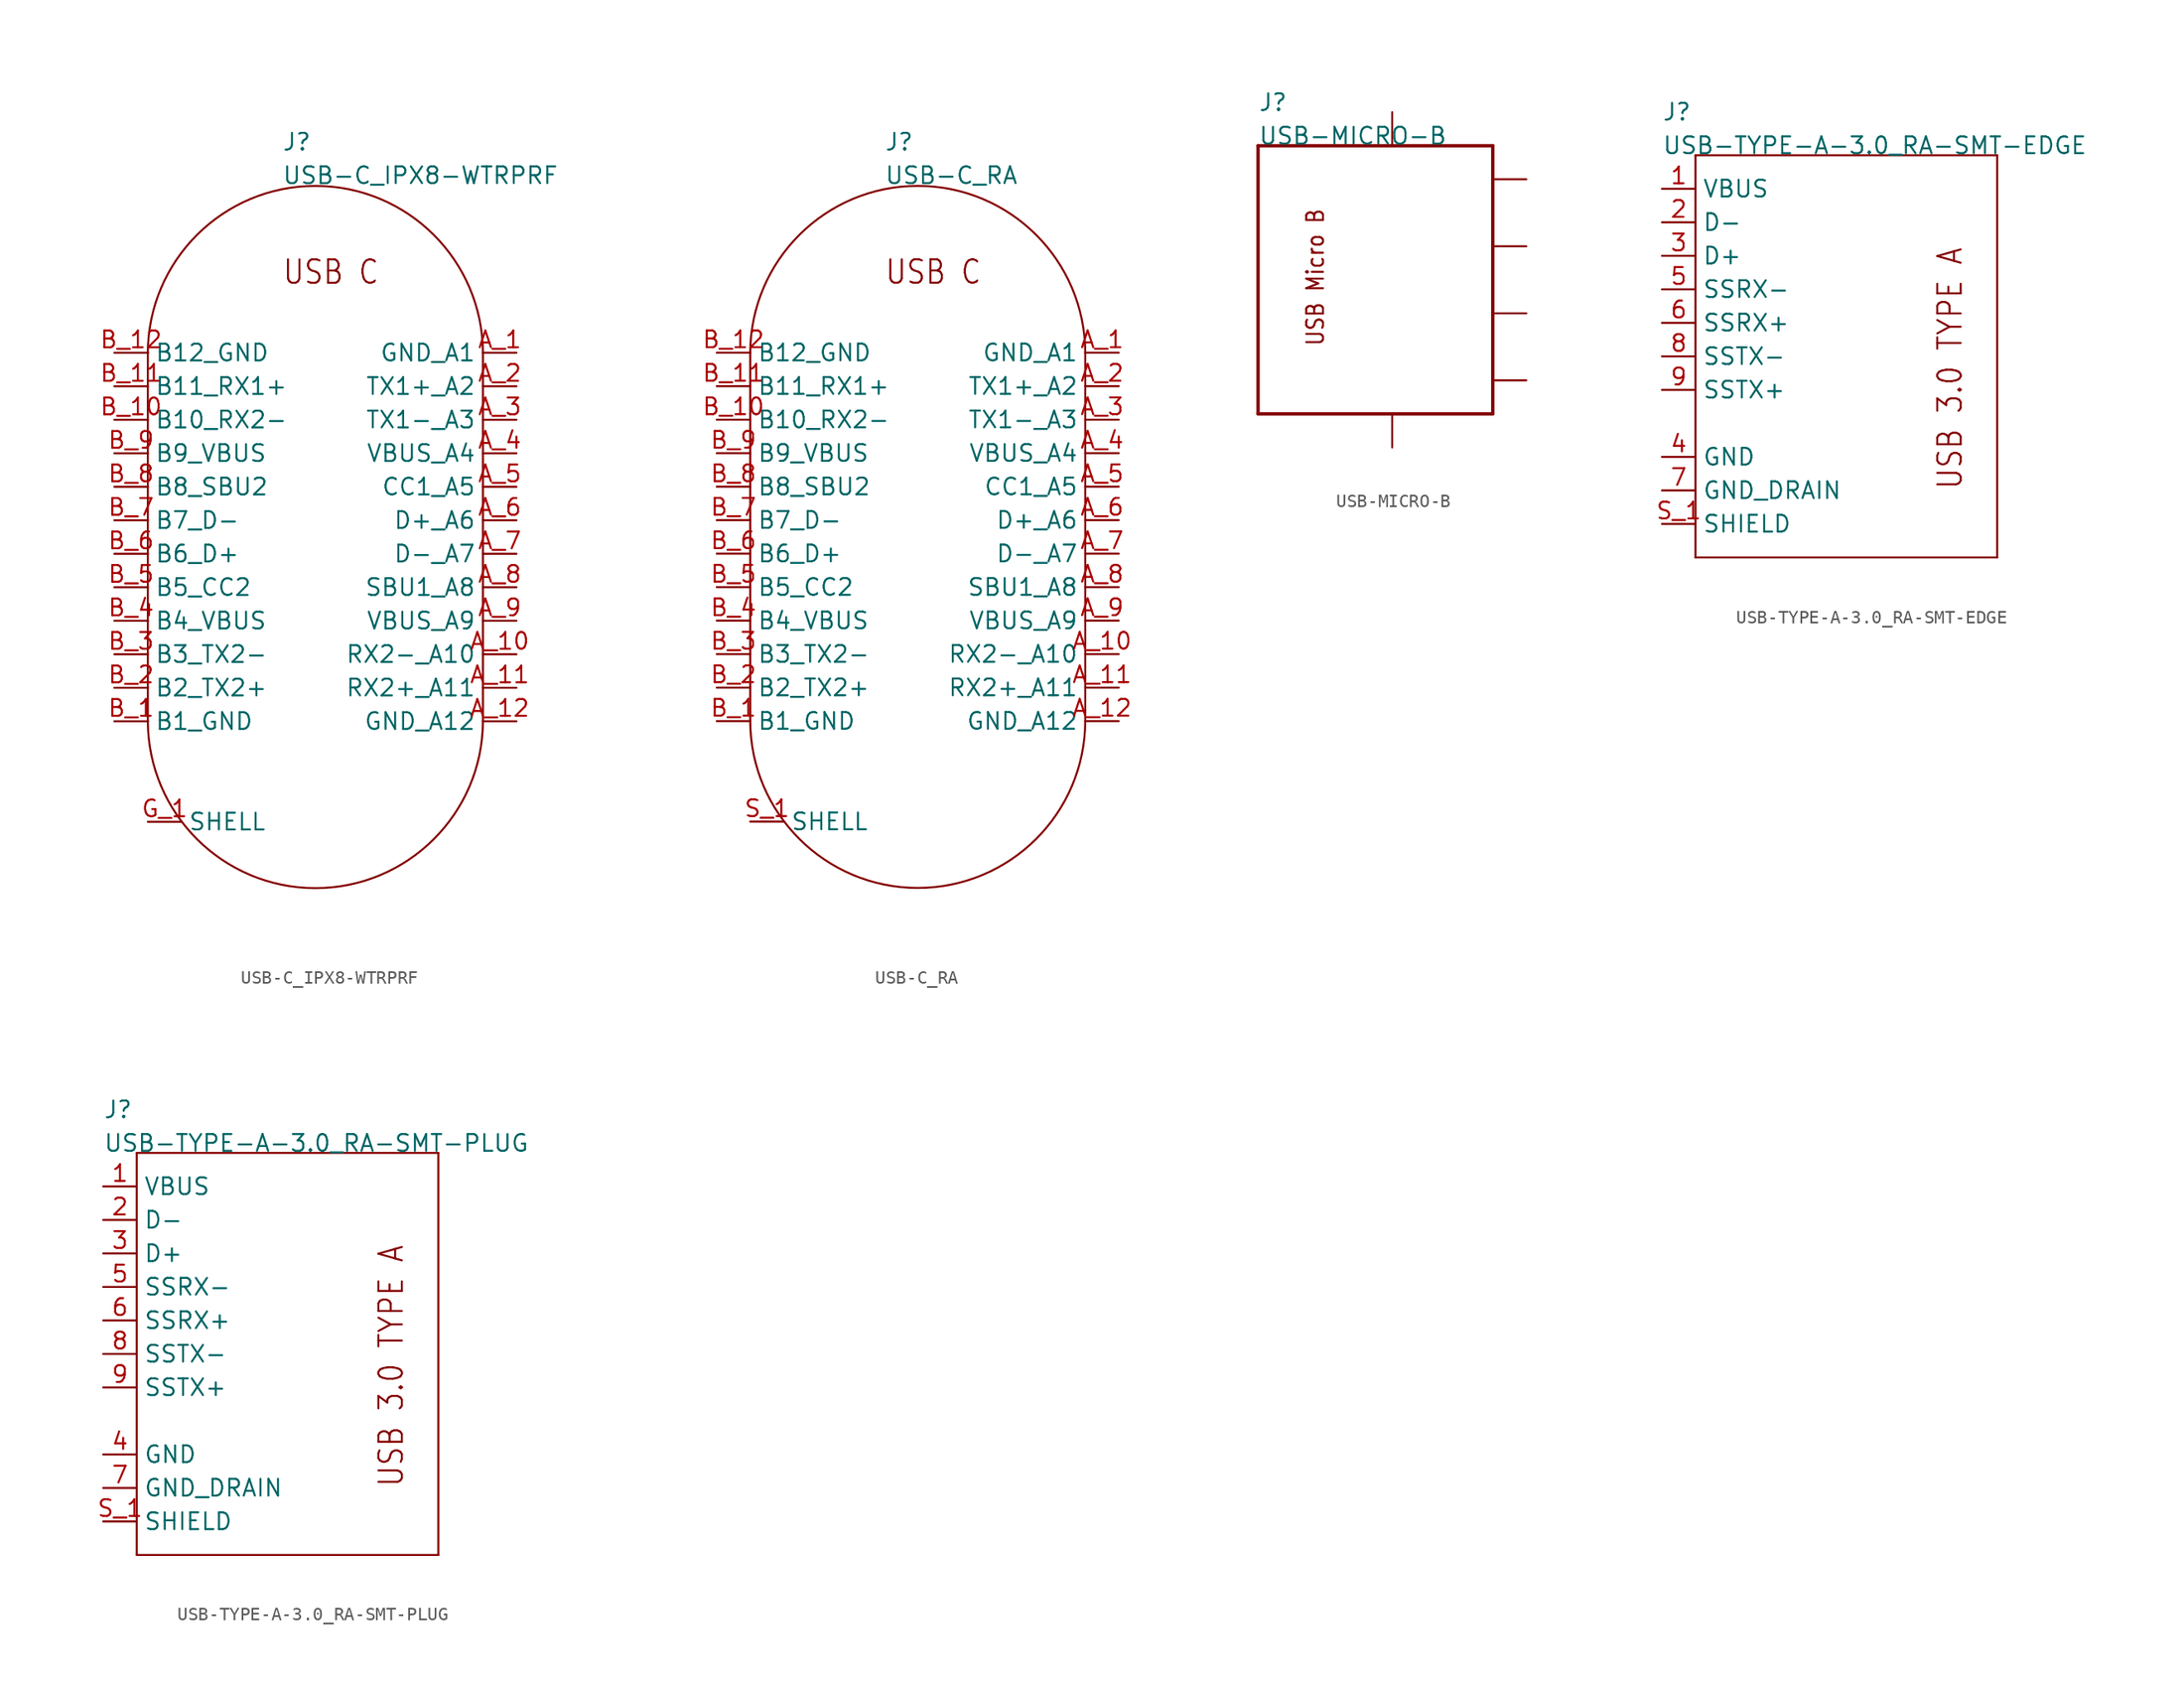
<source format=kicad_sym>
(kicad_symbol_lib
  (version 20211014)
  (generator kicad_symbol_editor)
  (symbol "USB-C_IPX8-WTRPRF"
    (pin_names)
    (property "Reference" "J"
      (at -2.54 27.94 0)
      (effects (font (size 1.27 1.27)) (justify left bottom)))
    (property "Value" "USB-C_IPX8-WTRPRF"
      (at -2.54 25.4 0)
      (effects (font (size 1.27 1.27)) (justify left bottom)))
    (property "Datasheet" ""
      (at 0 0 0))
    (property "ki_fp_filters" "FlashPCB_Connectors:USB-C_RA_TE_2305018-2"
      (at 0 0 0))
    (symbol "USB-C_IPX8-WTRPRF_1_1"
      (text "USB C" (at -2.54 17.78 0) (effects (font (size 1.778 1.52)) (justify left bottom)))
      (polyline (pts (xy -12.7 12.7) (xy -12.7 -15.24)) (stroke (width 0.152)) (fill (type none)))
      (arc (start -12.7 -15.24) (mid 0 -27.939999999999998) (end 12.7 -15.24) (stroke (width 0.1524) (type default)) (fill (type none)))
      (polyline (pts (xy 12.7 -15.24) (xy 12.7 12.7)) (stroke (width 0.152)) (fill (type none)))
      (arc (start 12.7 12.7) (mid 0 25.4) (end -12.7 12.7) (stroke (width 0.1524) (type default)) (fill (type none)))
      (pin bidirectional line (at 15.24 12.7 180) (length 2.54) (name "GND_A1" (effects (font (size 1.27 1.27)))) (number "A_1" (effects (font (size 1.27 1.27)))))
      (pin bidirectional line (at 15.24 10.16 180) (length 2.54) (name "TX1+_A2" (effects (font (size 1.27 1.27)))) (number "A_2" (effects (font (size 1.27 1.27)))))
      (pin bidirectional line (at 15.24 7.62 180) (length 2.54) (name "TX1-_A3" (effects (font (size 1.27 1.27)))) (number "A_3" (effects (font (size 1.27 1.27)))))
      (pin bidirectional line (at 15.24 5.08 180) (length 2.54) (name "VBUS_A4" (effects (font (size 1.27 1.27)))) (number "A_4" (effects (font (size 1.27 1.27)))))
      (pin bidirectional line (at 15.24 2.54 180) (length 2.54) (name "CC1_A5" (effects (font (size 1.27 1.27)))) (number "A_5" (effects (font (size 1.27 1.27)))))
      (pin bidirectional line (at 15.24 0 180) (length 2.54) (name "D+_A6" (effects (font (size 1.27 1.27)))) (number "A_6" (effects (font (size 1.27 1.27)))))
      (pin bidirectional line (at 15.24 -2.54 180) (length 2.54) (name "D-_A7" (effects (font (size 1.27 1.27)))) (number "A_7" (effects (font (size 1.27 1.27)))))
      (pin bidirectional line (at 15.24 -5.08 180) (length 2.54) (name "SBU1_A8" (effects (font (size 1.27 1.27)))) (number "A_8" (effects (font (size 1.27 1.27)))))
      (pin bidirectional line (at 15.24 -7.62 180) (length 2.54) (name "VBUS_A9" (effects (font (size 1.27 1.27)))) (number "A_9" (effects (font (size 1.27 1.27)))))
      (pin bidirectional line (at 15.24 -10.16 180) (length 2.54) (name "RX2-_A10" (effects (font (size 1.27 1.27)))) (number "A_10" (effects (font (size 1.27 1.27)))))
      (pin bidirectional line (at 15.24 -12.7 180) (length 2.54) (name "RX2+_A11" (effects (font (size 1.27 1.27)))) (number "A_11" (effects (font (size 1.27 1.27)))))
      (pin bidirectional line (at 15.24 -15.24 180) (length 2.54) (name "GND_A12" (effects (font (size 1.27 1.27)))) (number "A_12" (effects (font (size 1.27 1.27)))))
      (pin bidirectional line (at -15.24 -15.24 0) (length 2.54) (name "B1_GND" (effects (font (size 1.27 1.27)))) (number "B_1" (effects (font (size 1.27 1.27)))))
      (pin bidirectional line (at -15.24 -12.7 0) (length 2.54) (name "B2_TX2+" (effects (font (size 1.27 1.27)))) (number "B_2" (effects (font (size 1.27 1.27)))))
      (pin bidirectional line (at -15.24 -10.16 0) (length 2.54) (name "B3_TX2-" (effects (font (size 1.27 1.27)))) (number "B_3" (effects (font (size 1.27 1.27)))))
      (pin bidirectional line (at -15.24 -7.62 0) (length 2.54) (name "B4_VBUS" (effects (font (size 1.27 1.27)))) (number "B_4" (effects (font (size 1.27 1.27)))))
      (pin bidirectional line (at -15.24 -5.08 0) (length 2.54) (name "B5_CC2" (effects (font (size 1.27 1.27)))) (number "B_5" (effects (font (size 1.27 1.27)))))
      (pin bidirectional line (at -15.24 -2.54 0) (length 2.54) (name "B6_D+" (effects (font (size 1.27 1.27)))) (number "B_6" (effects (font (size 1.27 1.27)))))
      (pin bidirectional line (at -15.24 0 0) (length 2.54) (name "B7_D-" (effects (font (size 1.27 1.27)))) (number "B_7" (effects (font (size 1.27 1.27)))))
      (pin bidirectional line (at -15.24 2.54 0) (length 2.54) (name "B8_SBU2" (effects (font (size 1.27 1.27)))) (number "B_8" (effects (font (size 1.27 1.27)))))
      (pin bidirectional line (at -15.24 5.08 0) (length 2.54) (name "B9_VBUS" (effects (font (size 1.27 1.27)))) (number "B_9" (effects (font (size 1.27 1.27)))))
      (pin bidirectional line (at -15.24 7.62 0) (length 2.54) (name "B10_RX2-" (effects (font (size 1.27 1.27)))) (number "B_10" (effects (font (size 1.27 1.27)))))
      (pin bidirectional line (at -15.24 10.16 0) (length 2.54) (name "B11_RX1+" (effects (font (size 1.27 1.27)))) (number "B_11" (effects (font (size 1.27 1.27)))))
      (pin bidirectional line (at -15.24 12.7 0) (length 2.54) (name "B12_GND" (effects (font (size 1.27 1.27)))) (number "B_12" (effects (font (size 1.27 1.27)))))
      (pin bidirectional line (at -12.7 -22.86 0) (length 2.54) (name "SHELL" (effects (font (size 1.27 1.27)))) (number "G_1" (effects (font (size 1.27 1.27)))))
      (pin bidirectional line (at -12.7 -22.86 0) (length 2.54) hide (name "SHELL" (effects (font (size 1.27 1.27)))) (number "G_2" (effects (font (size 1.27 1.27)))))))
  (symbol "USB-C_RA"
    (pin_names)
    (property "Reference" "J"
      (at -2.54 27.94 0)
      (effects (font (size 1.27 1.27)) (justify left bottom)))
    (property "Value" "USB-C_RA"
      (at -2.54 25.4 0)
      (effects (font (size 1.27 1.27)) (justify left bottom)))
    (property "Datasheet" ""
      (at 0 0 0))
    (property "ki_fp_filters" "FlashPCB_Connectors:USB-C_3.2_RA_AMP_12401610E4#2A"
      (at 0 0 0))
    (symbol "USB-C_RA_1_1"
      (text "USB C" (at -2.54 17.78 0) (effects (font (size 1.778 1.52)) (justify left bottom)))
      (polyline (pts (xy -12.7 12.7) (xy -12.7 -15.24)) (stroke (width 0.152)) (fill (type none)))
      (arc (start -12.7 -15.24) (mid 0 -27.939999999999998) (end 12.7 -15.24) (stroke (width 0.1524) (type default)) (fill (type none)))
      (polyline (pts (xy 12.7 -15.24) (xy 12.7 12.7)) (stroke (width 0.152)) (fill (type none)))
      (arc (start 12.7 12.7) (mid 0 25.4) (end -12.7 12.7) (stroke (width 0.1524) (type default)) (fill (type none)))
      (pin bidirectional line (at 15.24 12.7 180) (length 2.54) (name "GND_A1" (effects (font (size 1.27 1.27)))) (number "A_1" (effects (font (size 1.27 1.27)))))
      (pin bidirectional line (at 15.24 10.16 180) (length 2.54) (name "TX1+_A2" (effects (font (size 1.27 1.27)))) (number "A_2" (effects (font (size 1.27 1.27)))))
      (pin bidirectional line (at 15.24 7.62 180) (length 2.54) (name "TX1-_A3" (effects (font (size 1.27 1.27)))) (number "A_3" (effects (font (size 1.27 1.27)))))
      (pin bidirectional line (at 15.24 5.08 180) (length 2.54) (name "VBUS_A4" (effects (font (size 1.27 1.27)))) (number "A_4" (effects (font (size 1.27 1.27)))))
      (pin bidirectional line (at 15.24 2.54 180) (length 2.54) (name "CC1_A5" (effects (font (size 1.27 1.27)))) (number "A_5" (effects (font (size 1.27 1.27)))))
      (pin bidirectional line (at 15.24 0 180) (length 2.54) (name "D+_A6" (effects (font (size 1.27 1.27)))) (number "A_6" (effects (font (size 1.27 1.27)))))
      (pin bidirectional line (at 15.24 -2.54 180) (length 2.54) (name "D-_A7" (effects (font (size 1.27 1.27)))) (number "A_7" (effects (font (size 1.27 1.27)))))
      (pin bidirectional line (at 15.24 -5.08 180) (length 2.54) (name "SBU1_A8" (effects (font (size 1.27 1.27)))) (number "A_8" (effects (font (size 1.27 1.27)))))
      (pin bidirectional line (at 15.24 -7.62 180) (length 2.54) (name "VBUS_A9" (effects (font (size 1.27 1.27)))) (number "A_9" (effects (font (size 1.27 1.27)))))
      (pin bidirectional line (at 15.24 -10.16 180) (length 2.54) (name "RX2-_A10" (effects (font (size 1.27 1.27)))) (number "A_10" (effects (font (size 1.27 1.27)))))
      (pin bidirectional line (at 15.24 -12.7 180) (length 2.54) (name "RX2+_A11" (effects (font (size 1.27 1.27)))) (number "A_11" (effects (font (size 1.27 1.27)))))
      (pin bidirectional line (at 15.24 -15.24 180) (length 2.54) (name "GND_A12" (effects (font (size 1.27 1.27)))) (number "A_12" (effects (font (size 1.27 1.27)))))
      (pin bidirectional line (at -15.24 -15.24 0) (length 2.54) (name "B1_GND" (effects (font (size 1.27 1.27)))) (number "B_1" (effects (font (size 1.27 1.27)))))
      (pin bidirectional line (at -15.24 -12.7 0) (length 2.54) (name "B2_TX2+" (effects (font (size 1.27 1.27)))) (number "B_2" (effects (font (size 1.27 1.27)))))
      (pin bidirectional line (at -15.24 -10.16 0) (length 2.54) (name "B3_TX2-" (effects (font (size 1.27 1.27)))) (number "B_3" (effects (font (size 1.27 1.27)))))
      (pin bidirectional line (at -15.24 -7.62 0) (length 2.54) (name "B4_VBUS" (effects (font (size 1.27 1.27)))) (number "B_4" (effects (font (size 1.27 1.27)))))
      (pin bidirectional line (at -15.24 -5.08 0) (length 2.54) (name "B5_CC2" (effects (font (size 1.27 1.27)))) (number "B_5" (effects (font (size 1.27 1.27)))))
      (pin bidirectional line (at -15.24 -2.54 0) (length 2.54) (name "B6_D+" (effects (font (size 1.27 1.27)))) (number "B_6" (effects (font (size 1.27 1.27)))))
      (pin bidirectional line (at -15.24 0 0) (length 2.54) (name "B7_D-" (effects (font (size 1.27 1.27)))) (number "B_7" (effects (font (size 1.27 1.27)))))
      (pin bidirectional line (at -15.24 2.54 0) (length 2.54) (name "B8_SBU2" (effects (font (size 1.27 1.27)))) (number "B_8" (effects (font (size 1.27 1.27)))))
      (pin bidirectional line (at -15.24 5.08 0) (length 2.54) (name "B9_VBUS" (effects (font (size 1.27 1.27)))) (number "B_9" (effects (font (size 1.27 1.27)))))
      (pin bidirectional line (at -15.24 7.62 0) (length 2.54) (name "B10_RX2-" (effects (font (size 1.27 1.27)))) (number "B_10" (effects (font (size 1.27 1.27)))))
      (pin bidirectional line (at -15.24 10.16 0) (length 2.54) (name "B11_RX1+" (effects (font (size 1.27 1.27)))) (number "B_11" (effects (font (size 1.27 1.27)))))
      (pin bidirectional line (at -15.24 12.7 0) (length 2.54) (name "B12_GND" (effects (font (size 1.27 1.27)))) (number "B_12" (effects (font (size 1.27 1.27)))))
      (pin bidirectional line (at -12.7 -22.86 0) (length 2.54) (name "SHELL" (effects (font (size 1.27 1.27)))) (number "S_1" (effects (font (size 1.27 1.27)))))
      (pin bidirectional line (at -12.7 -22.86 0) (length 2.54) hide (name "SHELL" (effects (font (size 1.27 1.27)))) (number "S_2" (effects (font (size 1.27 1.27)))))
      (pin bidirectional line (at -12.7 -22.86 0) (length 2.54) hide (name "SHELL" (effects (font (size 1.27 1.27)))) (number "S_3" (effects (font (size 1.27 1.27)))))
      (pin bidirectional line (at -12.7 -22.86 0) (length 2.54) hide (name "SHELL" (effects (font (size 1.27 1.27)))) (number "S_4" (effects (font (size 1.27 1.27)))))))
  (symbol "USB-MICRO-B"
    (pin_names hide)
    (property "Reference" "J"
      (at -12.7 12.7 0)
      (effects (font (size 1.27 1.27)) (justify left bottom)))
    (property "Value" "USB-MICRO-B"
      (at -12.7 10.16 0)
      (effects (font (size 1.27 1.27)) (justify left bottom)))
    (property "Datasheet" ""
      (at 0 0 0))
    (property "ki_fp_filters" "FlashPCB_Connectors:USB-MICRO-B-SMT-RA-AMPH-10118192-0001LF"
      (at 0 0 0))
    (symbol "USB-MICRO-B_1_1"
      (text "USB Micro B" (at -7.62 -5.08 900) (effects (font (size 1.27 1.086)) (justify left bottom)))
      (polyline (pts (xy 5.08 10.16) (xy -12.7 10.16)) (stroke (width 0.254)) (fill (type none)))
      (polyline (pts (xy -12.7 10.16) (xy -12.7 -10.16)) (stroke (width 0.254)) (fill (type none)))
      (polyline (pts (xy -12.7 -10.16) (xy 5.08 -10.16)) (stroke (width 0.254)) (fill (type none)))
      (polyline (pts (xy 5.08 -10.16) (xy 5.08 10.16)) (stroke (width 0.254)) (fill (type none)))
      (pin power_in line (at 7.62 7.62 180) (length 2.54) (name "VCC" (effects (font (size 1.27 1.27)))) (number "1" (effects (font (size 0 0)))))
      (pin bidirectional line (at 7.62 2.54 180) (length 2.54) (name "D-" (effects (font (size 1.27 1.27)))) (number "2" (effects (font (size 0 0)))))
      (pin bidirectional line (at 7.62 -2.54 180) (length 2.54) (name "D+" (effects (font (size 1.27 1.27)))) (number "3" (effects (font (size 0 0)))))
      (pin power_in line (at 7.62 -7.62 180) (length 2.54) (name "GND" (effects (font (size 1.27 1.27)))) (number "5" (effects (font (size 0 0)))))
      (pin bidirectional line (at -2.54 -12.7 90) (length 2.54) (name "SHELL" (effects (font (size 1.27 1.27)))) (number "SHELL1" (effects (font (size 0 0)))))
      (pin bidirectional line (at -2.54 -12.7 90) (length 2.54) hide (name "SHELL" (effects (font (size 1.27 1.27)))) (number "SHELL2" (effects (font (size 0 0)))))
      (pin bidirectional line (at -2.54 -12.7 90) (length 2.54) hide (name "SHELL" (effects (font (size 1.27 1.27)))) (number "SHELL3" (effects (font (size 0 0)))))
      (pin bidirectional line (at -2.54 -12.7 90) (length 2.54) hide (name "SHELL" (effects (font (size 1.27 1.27)))) (number "SHELL4" (effects (font (size 0 0)))))
      (pin bidirectional line (at -2.54 -12.7 90) (length 2.54) hide (name "SHELL" (effects (font (size 1.27 1.27)))) (number "SHELL5" (effects (font (size 0 0)))))
      (pin bidirectional line (at -2.54 -12.7 90) (length 2.54) hide (name "SHELL" (effects (font (size 1.27 1.27)))) (number "SHELL6" (effects (font (size 0 0)))))
      (pin bidirectional line (at -2.54 12.7 270) (length 2.54) (name "ID" (effects (font (size 1.27 1.27)))) (number "4" (effects (font (size 0 0)))))))
  (symbol "USB-TYPE-A-3.0_RA-SMT-EDGE"
    (pin_names)
    (property "Reference" "J"
      (at -15.24 17.78 0)
      (effects (font (size 1.27 1.27)) (justify left bottom)))
    (property "Value" "USB-TYPE-A-3.0_RA-SMT-EDGE"
      (at -15.24 15.24 0)
      (effects (font (size 1.27 1.27)) (justify left bottom)))
    (property "Datasheet" ""
      (at 0 0 0))
    (property "ki_description" "USB 3.0 Type A    Technical Specifications:    USB: 3.0   Type: A     "
      (at 0 0 0))
    (property "ki_fp_filters" "FlashPCB_Connectors:USB-A-3.0-RA-SMT-CNC-1003-002-01100"
      (at 0 0 0))
    (symbol "USB-TYPE-A-3.0_RA-SMT-EDGE_1_1"
      (text "USB 3.0 TYPE A" (at 7.62 -10.16 900) (effects (font (size 1.778 1.52)) (justify left bottom)))
      (polyline (pts (xy -12.7 15.24) (xy 10.16 15.24)) (stroke (width 0.152)) (fill (type none)))
      (polyline (pts (xy 10.16 15.24) (xy 10.16 -15.24)) (stroke (width 0.152)) (fill (type none)))
      (polyline (pts (xy 10.16 -15.24) (xy -12.7 -15.24)) (stroke (width 0.152)) (fill (type none)))
      (polyline (pts (xy -12.7 -15.24) (xy -12.7 15.24)) (stroke (width 0.152)) (fill (type none)))
      (pin bidirectional line (at -15.24 12.7 0) (length 2.54) (name "VBUS" (effects (font (size 1.27 1.27)))) (number "1" (effects (font (size 1.27 1.27)))))
      (pin bidirectional line (at -15.24 -2.54 0) (length 2.54) (name "SSTX+" (effects (font (size 1.27 1.27)))) (number "9" (effects (font (size 1.27 1.27)))))
      (pin bidirectional line (at -15.24 0 0) (length 2.54) (name "SSTX-" (effects (font (size 1.27 1.27)))) (number "8" (effects (font (size 1.27 1.27)))))
      (pin bidirectional line (at -15.24 -12.7 0) (length 2.54) (name "SHIELD" (effects (font (size 1.27 1.27)))) (number "S_1" (effects (font (size 1.27 1.27)))))
      (pin bidirectional line (at -15.24 -12.7 0) (length 2.54) hide (name "SHIELD" (effects (font (size 1.27 1.27)))) (number "S_2" (effects (font (size 1.27 1.27)))))
      (pin bidirectional line (at -15.24 -12.7 0) (length 2.54) hide (name "SHIELD" (effects (font (size 1.27 1.27)))) (number "S_3" (effects (font (size 1.27 1.27)))))
      (pin bidirectional line (at -15.24 -12.7 0) (length 2.54) hide (name "SHIELD" (effects (font (size 1.27 1.27)))) (number "S_4" (effects (font (size 1.27 1.27)))))
      (pin bidirectional line (at -15.24 -7.62 0) (length 2.54) (name "GND" (effects (font (size 1.27 1.27)))) (number "4" (effects (font (size 1.27 1.27)))))
      (pin bidirectional line (at -15.24 -10.16 0) (length 2.54) (name "GND_DRAIN" (effects (font (size 1.27 1.27)))) (number "7" (effects (font (size 1.27 1.27)))))
      (pin bidirectional line (at -15.24 2.54 0) (length 2.54) (name "SSRX+" (effects (font (size 1.27 1.27)))) (number "6" (effects (font (size 1.27 1.27)))))
      (pin bidirectional line (at -15.24 5.08 0) (length 2.54) (name "SSRX-" (effects (font (size 1.27 1.27)))) (number "5" (effects (font (size 1.27 1.27)))))
      (pin bidirectional line (at -15.24 10.16 0) (length 2.54) (name "D-" (effects (font (size 1.27 1.27)))) (number "2" (effects (font (size 1.27 1.27)))))
      (pin bidirectional line (at -15.24 7.62 0) (length 2.54) (name "D+" (effects (font (size 1.27 1.27)))) (number "3" (effects (font (size 1.27 1.27)))))))
  (symbol "USB-TYPE-A-3.0_RA-SMT-PLUG"
    (pin_names)
    (property "Reference" "J"
      (at -15.24 17.78 0)
      (effects (font (size 1.27 1.27)) (justify left bottom)))
    (property "Value" "USB-TYPE-A-3.0_RA-SMT-PLUG"
      (at -15.24 15.24 0)
      (effects (font (size 1.27 1.27)) (justify left bottom)))
    (property "Datasheet" ""
      (at 0 0 0))
    (property "ki_description" "USB 3.0 Type A    Technical Specifications:    USB: 3.0   Type: A     "
      (at 0 0 0))
    (property "ki_fp_filters" "FlashPCB_Connectors:USB-A-3.0-SMT-RA-AMPH-GSB416445CHR"
      (at 0 0 0))
    (symbol "USB-TYPE-A-3.0_RA-SMT-PLUG_1_1"
      (text "USB 3.0 TYPE A" (at 7.62 -10.16 900) (effects (font (size 1.778 1.52)) (justify left bottom)))
      (polyline (pts (xy -12.7 15.24) (xy 10.16 15.24)) (stroke (width 0.152)) (fill (type none)))
      (polyline (pts (xy 10.16 15.24) (xy 10.16 -15.24)) (stroke (width 0.152)) (fill (type none)))
      (polyline (pts (xy 10.16 -15.24) (xy -12.7 -15.24)) (stroke (width 0.152)) (fill (type none)))
      (polyline (pts (xy -12.7 -15.24) (xy -12.7 15.24)) (stroke (width 0.152)) (fill (type none)))
      (pin bidirectional line (at -15.24 12.7 0) (length 2.54) (name "VBUS" (effects (font (size 1.27 1.27)))) (number "1" (effects (font (size 1.27 1.27)))))
      (pin bidirectional line (at -15.24 -2.54 0) (length 2.54) (name "SSTX+" (effects (font (size 1.27 1.27)))) (number "9" (effects (font (size 1.27 1.27)))))
      (pin bidirectional line (at -15.24 0 0) (length 2.54) (name "SSTX-" (effects (font (size 1.27 1.27)))) (number "8" (effects (font (size 1.27 1.27)))))
      (pin bidirectional line (at -15.24 -12.7 0) (length 2.54) (name "SHIELD" (effects (font (size 1.27 1.27)))) (number "S_1" (effects (font (size 1.27 1.27)))))
      (pin bidirectional line (at -15.24 -12.7 0) (length 2.54) hide (name "SHIELD" (effects (font (size 1.27 1.27)))) (number "S_2" (effects (font (size 1.27 1.27)))))
      (pin bidirectional line (at -15.24 -7.62 0) (length 2.54) (name "GND" (effects (font (size 1.27 1.27)))) (number "4" (effects (font (size 1.27 1.27)))))
      (pin bidirectional line (at -15.24 -10.16 0) (length 2.54) (name "GND_DRAIN" (effects (font (size 1.27 1.27)))) (number "7" (effects (font (size 1.27 1.27)))))
      (pin bidirectional line (at -15.24 2.54 0) (length 2.54) (name "SSRX+" (effects (font (size 1.27 1.27)))) (number "6" (effects (font (size 1.27 1.27)))))
      (pin bidirectional line (at -15.24 5.08 0) (length 2.54) (name "SSRX-" (effects (font (size 1.27 1.27)))) (number "5" (effects (font (size 1.27 1.27)))))
      (pin bidirectional line (at -15.24 10.16 0) (length 2.54) (name "D-" (effects (font (size 1.27 1.27)))) (number "2" (effects (font (size 1.27 1.27)))))
      (pin bidirectional line (at -15.24 7.62 0) (length 2.54) (name "D+" (effects (font (size 1.27 1.27)))) (number "3" (effects (font (size 1.27 1.27))))))))
</source>
